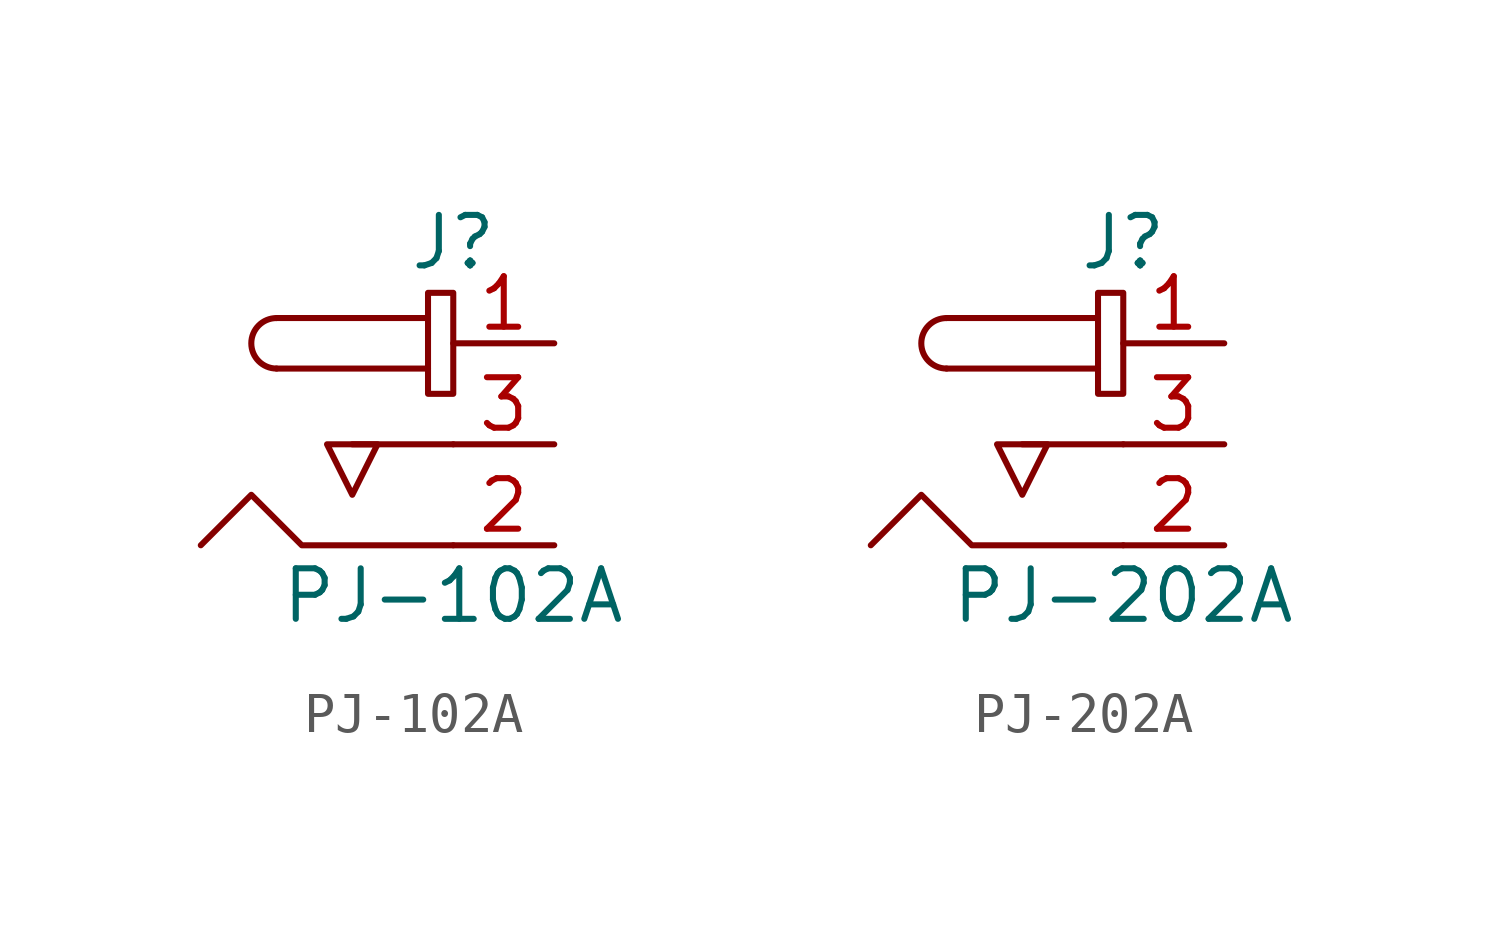
<source format=kicad_sym>
(kicad_symbol_lib
  (version 20231120)
  (generator "kicad_symbol_editor")
  (generator_version "8.0")
  (symbol "PJ-102A"
    (pin_names
      (offset 1.016))
    (property "Reference" "J"
      (at 0 2.54 0)
      (effects (font (size 1.27 1.27))))
    (property "Value" "PJ-102A"
      (at 0 -6.35 0)
      (effects (font (size 1.27 1.27))))
    (symbol "PJ-102A_0_1"
      (arc (start -4.445 0.635) (mid -5.08 0) (end -4.445 -0.635) (stroke (width 0) (type solid)) (fill (type none)))
      (rectangle (start -0.635 1.27) (end 0 -1.27) (stroke (width 0) (type solid)) (fill (type none)))
      (polyline (pts (xy -0.635 -0.635) (xy -4.445 -0.635)) (stroke (width 0) (type solid)) (fill (type none)))
      (polyline (pts (xy -0.635 0.635) (xy -4.445 0.635)) (stroke (width 0) (type solid)) (fill (type none)))
      (polyline (pts (xy 0 -2.54) (xy -1.27 -2.54) (xy -2.54 -2.54)) (stroke (width 0) (type solid)) (fill (type none)))
      (polyline (pts (xy 0 -5.08) (xy -3.81 -5.08) (xy -5.08 -3.81) (xy -6.35 -5.08)) (stroke (width 0) (type solid)) (fill (type none)))
      (polyline (pts (xy -2.54 -2.54) (xy -3.175 -2.54) (xy -2.54 -3.81) (xy -1.905 -2.54) (xy -2.54 -2.54)) (stroke (width 0) (type solid)) (fill (type none))))
    (symbol "PJ-102A_1_1"
      (pin passive line (at 2.54 0 180) (length 2.54) (name "~" (effects (font (size 1.27 1.27)))) (number "1" (effects (font (size 1.27 1.27)))))
      (pin passive line (at 2.54 -5.08 180) (length 2.54) (name "~" (effects (font (size 1.27 1.27)))) (number "2" (effects (font (size 1.27 1.27)))))
      (pin passive line (at 2.54 -2.54 180) (length 2.54) (name "~" (effects (font (size 1.27 1.27)))) (number "3" (effects (font (size 1.27 1.27)))))))
  (symbol "PJ-202A"
    (pin_names
      (offset 1.016))
    (property "Reference" "J"
      (at 0 2.54 0)
      (effects (font (size 1.27 1.27))))
    (property "Value" "PJ-202A"
      (at 0 -6.35 0)
      (effects (font (size 1.27 1.27))))
    (symbol "PJ-202A_1_1"
      (arc (start -4.445 0.635) (mid -5.08 0) (end -4.445 -0.635) (stroke (width 0) (type solid)) (fill (type none)))
      (rectangle (start -0.635 1.27) (end 0 -1.27) (stroke (width 0) (type solid)) (fill (type none)))
      (polyline (pts (xy -0.635 -0.635) (xy -4.445 -0.635)) (stroke (width 0) (type solid)) (fill (type none)))
      (polyline (pts (xy -0.635 0.635) (xy -4.445 0.635)) (stroke (width 0) (type solid)) (fill (type none)))
      (polyline (pts (xy 0 -2.54) (xy -1.27 -2.54) (xy -2.54 -2.54)) (stroke (width 0) (type solid)) (fill (type none)))
      (polyline (pts (xy 0 -5.08) (xy -3.81 -5.08) (xy -5.08 -3.81) (xy -6.35 -5.08)) (stroke (width 0) (type solid)) (fill (type none)))
      (polyline (pts (xy -2.54 -2.54) (xy -3.175 -2.54) (xy -2.54 -3.81) (xy -1.905 -2.54) (xy -2.54 -2.54)) (stroke (width 0) (type solid)) (fill (type none)))
      (pin passive line (at 2.54 0 180) (length 2.54) (name "~" (effects (font (size 1.27 1.27)))) (number "1" (effects (font (size 1.27 1.27)))))
      (pin passive line (at 2.54 -5.08 180) (length 2.54) (name "~" (effects (font (size 1.27 1.27)))) (number "2" (effects (font (size 1.27 1.27)))))
      (pin passive line (at 2.54 -2.54 180) (length 2.54) (name "~" (effects (font (size 1.27 1.27)))) (number "3" (effects (font (size 1.27 1.27))))))))
</source>
